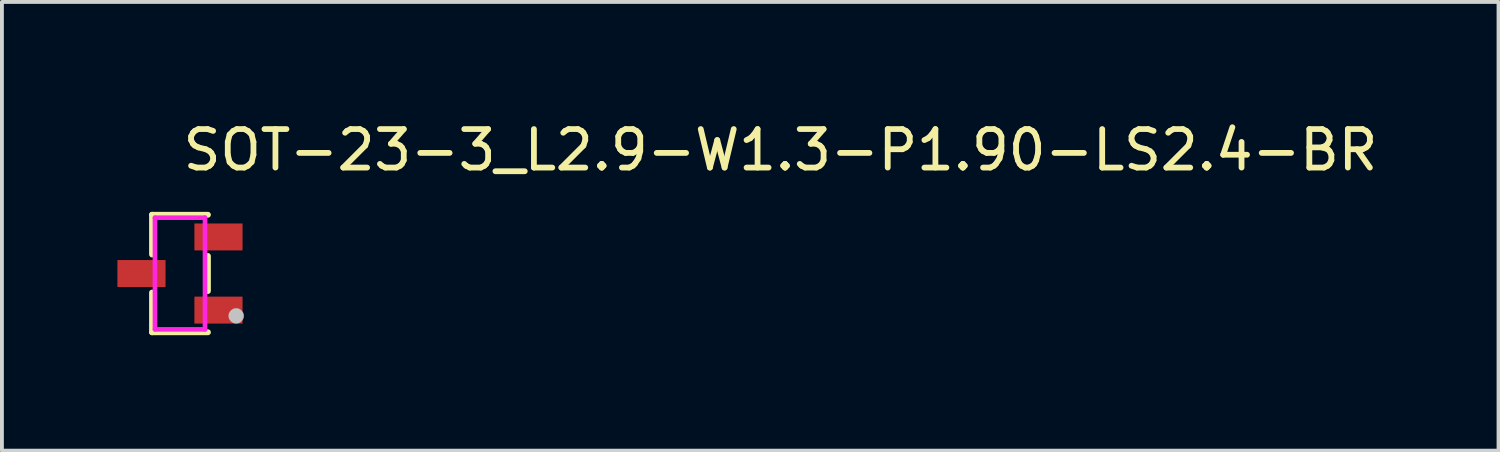
<source format=kicad_pcb>
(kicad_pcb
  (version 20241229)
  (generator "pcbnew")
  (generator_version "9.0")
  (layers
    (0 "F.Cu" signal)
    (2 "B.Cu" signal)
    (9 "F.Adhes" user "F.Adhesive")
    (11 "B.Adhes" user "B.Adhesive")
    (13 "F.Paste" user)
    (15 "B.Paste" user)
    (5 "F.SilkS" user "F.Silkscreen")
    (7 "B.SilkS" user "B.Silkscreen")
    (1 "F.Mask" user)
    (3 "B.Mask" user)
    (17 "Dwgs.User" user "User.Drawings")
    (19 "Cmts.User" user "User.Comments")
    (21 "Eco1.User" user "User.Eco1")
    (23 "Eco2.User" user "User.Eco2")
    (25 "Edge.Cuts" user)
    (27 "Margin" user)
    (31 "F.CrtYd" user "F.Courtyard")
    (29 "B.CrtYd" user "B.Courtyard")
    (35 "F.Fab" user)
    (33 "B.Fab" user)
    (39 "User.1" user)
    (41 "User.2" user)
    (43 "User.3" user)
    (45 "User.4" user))
  (footprint "SOT-23-3_L2.9-W1.3-P1.90-LS2.4-BR"
    (layer "F.Cu")
    (at 1.625 4.055)
    (property "Reference" "SOT-23-3_L2.9-W1.3-P1.90-LS2.4-BR" (at 0 -3.207 0) (layer "F.SilkS") (effects (font (size 1 1) (thickness 0.15)) (justify left)))
    (attr through_hole)
    (fp_line (start -0.726 -1.526) (end -0.726 -0.495) (stroke (width 0.152) (type solid)) (layer "F.SilkS"))
    (fp_line (start -0.726 1.526) (end -0.726 0.495) (stroke (width 0.152) (type solid)) (layer "F.SilkS"))
    (fp_line (start 0.726 -1.526) (end -0.726 -1.526) (stroke (width 0.152) (type solid)) (layer "F.SilkS"))
    (fp_line (start 0.726 -0.455) (end 0.726 0.455) (stroke (width 0.152) (type solid)) (layer "F.SilkS"))
    (fp_line (start 0.726 1.526) (end -0.726 1.526) (stroke (width 0.152) (type solid)) (layer "F.SilkS"))
    (fp_circle (center 1.46 1.1) (end 1.56 1.1) (stroke (width 0.2) (type solid)) (fill no) (layer "Dwgs.User"))
    (fp_line (start -0.91 -0.215) (end -0.64 -0.215) (stroke (width 0.12) (type solid)) (layer "Eco2.User"))
    (fp_line (start -0.91 0.215) (end -0.91 -0.215) (stroke (width 0.12) (type solid)) (layer "Eco2.User"))
    (fp_line (start -0.64 -0.215) (end -0.64 0.215) (stroke (width 0.12) (type solid)) (layer "Eco2.User"))
    (fp_line (start -0.64 0.215) (end -0.91 0.215) (stroke (width 0.12) (type solid)) (layer "Eco2.User"))
    (fp_line (start 0.64 -1.165) (end 0.91 -1.165) (stroke (width 0.12) (type solid)) (layer "Eco2.User"))
    (fp_line (start 0.64 -0.735) (end 0.64 -1.165) (stroke (width 0.12) (type solid)) (layer "Eco2.User"))
    (fp_line (start 0.64 0.735) (end 0.91 0.735) (stroke (width 0.12) (type solid)) (layer "Eco2.User"))
    (fp_line (start 0.64 1.165) (end 0.64 0.735) (stroke (width 0.12) (type solid)) (layer "Eco2.User"))
    (fp_line (start 0.91 -1.165) (end 0.91 -0.735) (stroke (width 0.12) (type solid)) (layer "Eco2.User"))
    (fp_line (start 0.91 -0.735) (end 0.64 -0.735) (stroke (width 0.12) (type solid)) (layer "Eco2.User"))
    (fp_line (start 0.91 0.735) (end 0.91 1.165) (stroke (width 0.12) (type solid)) (layer "Eco2.User"))
    (fp_line (start 0.91 1.165) (end 0.64 1.165) (stroke (width 0.12) (type solid)) (layer "Eco2.User"))
    (fp_circle (center 1.2 1.45) (end 1.23 1.45) (stroke (width 0.06) (type solid)) (fill no) (layer "Eco2.User"))
    (fp_poly (pts (xy -1.2 0.215) (xy -1.2 -0.215) (xy -0.9 -0.215) (xy -0.9 0.215)) (stroke (width 0.12) (type solid)) (fill no) (layer "Eco2.User"))
    (fp_poly (pts (xy 0.9 -0.735) (xy 0.9 -1.165) (xy 1.2 -1.165) (xy 1.2 -0.735)) (stroke (width 0.12) (type solid)) (fill no) (layer "Eco2.User"))
    (fp_poly (pts (xy 0.9 1.165) (xy 0.9 0.735) (xy 1.2 0.735) (xy 1.2 1.165)) (stroke (width 0.12) (type solid)) (fill no) (layer "Eco2.User"))
    (fp_line (start -0.65 -1.45) (end 0.65 -1.45) (stroke (width 0.12) (type solid)) (layer "F.CrtYd"))
    (fp_line (start -0.65 1.45) (end -0.65 -1.45) (stroke (width 0.12) (type solid)) (layer "F.CrtYd"))
    (fp_line (start 0.65 -1.45) (end 0.65 1.45) (stroke (width 0.12) (type solid)) (layer "F.CrtYd"))
    (fp_line (start 0.65 1.45) (end -0.65 1.45) (stroke (width 0.12) (type solid)) (layer "F.CrtYd"))
    (pad "1" smd rect (at 1 0.95) (size 1.25 0.7) (layers "F.Cu" "F.Mask" "F.Paste"))
    (pad "2" smd rect (at 1 -0.95) (size 1.25 0.7) (layers "F.Cu" "F.Mask" "F.Paste"))
    (pad "3" smd rect (at -1 0) (size 1.25 0.7) (layers "F.Cu" "F.Mask" "F.Paste")))
  (gr_rect
    (start -3 -3)
    (end 35.875 8.657)
    (stroke (width 0.1) (type default))
    (fill no)
    (layer "Edge.Cuts")))
</source>
